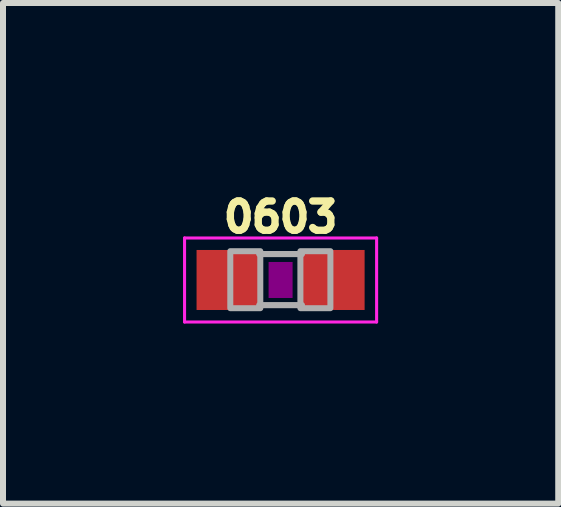
<source format=kicad_pcb>
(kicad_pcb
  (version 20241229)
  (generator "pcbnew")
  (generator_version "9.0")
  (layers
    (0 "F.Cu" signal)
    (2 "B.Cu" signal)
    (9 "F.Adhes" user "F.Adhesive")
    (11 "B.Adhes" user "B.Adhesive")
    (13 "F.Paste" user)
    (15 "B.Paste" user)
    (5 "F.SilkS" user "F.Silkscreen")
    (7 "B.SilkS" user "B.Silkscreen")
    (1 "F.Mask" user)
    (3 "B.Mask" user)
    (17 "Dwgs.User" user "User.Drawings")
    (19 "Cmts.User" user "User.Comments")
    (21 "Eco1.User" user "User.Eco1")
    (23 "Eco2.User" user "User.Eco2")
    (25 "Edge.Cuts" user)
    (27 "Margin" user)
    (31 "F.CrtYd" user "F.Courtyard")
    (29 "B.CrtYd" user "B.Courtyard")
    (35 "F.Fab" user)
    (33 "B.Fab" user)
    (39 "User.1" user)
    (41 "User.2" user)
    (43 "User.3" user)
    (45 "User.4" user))
  (footprint "0603"
    (layer "F.Cu")
    (at 1.625 1.615)
    (property "Reference" "0603" (at 0 -0.762 0) (layer "F.SilkS") (effects (font (size 0.488 0.488) (thickness 0.122)) (justify bottom)))
    (fp_poly (pts (xy -0.2 0.3) (xy 0.2 0.3) (xy 0.2 -0.3) (xy -0.2 -0.3)) (stroke (width 0) (type solid)) (fill yes) (layer "F.Adhes"))
    (fp_line (start -1.6 -0.7) (end 1.6 -0.7) (stroke (width 0.051) (type solid)) (layer "F.CrtYd"))
    (fp_line (start -1.6 0.7) (end -1.6 -0.7) (stroke (width 0.051) (type solid)) (layer "F.CrtYd"))
    (fp_line (start 1.6 -0.7) (end 1.6 0.7) (stroke (width 0.051) (type solid)) (layer "F.CrtYd"))
    (fp_line (start 1.6 0.7) (end -1.6 0.7) (stroke (width 0.051) (type solid)) (layer "F.CrtYd"))
    (fp_line (start -0.356 -0.432) (end 0.356 -0.432) (stroke (width 0.102) (type solid)) (layer "F.Fab"))
    (fp_line (start -0.356 0.419) (end 0.356 0.419) (stroke (width 0.102) (type solid)) (layer "F.Fab"))
    (fp_poly (pts (xy -0.838 0.47) (xy -0.338 0.47) (xy -0.338 -0.48) (xy -0.838 -0.48)) (stroke (width 0.1) (type solid)) (fill no) (layer "F.Fab"))
    (fp_poly (pts (xy 0.33 0.47) (xy 0.83 0.47) (xy 0.83 -0.48) (xy 0.33 -0.48)) (stroke (width 0.1) (type solid)) (fill no) (layer "F.Fab"))
    (pad "1" smd rect (at -0.85 0) (size 1.1 1) (layers "F.Cu" "F.Mask" "F.Paste"))
    (pad "2" smd rect (at 0.85 0) (size 1.1 1) (layers "F.Cu" "F.Mask" "F.Paste")))
  (gr_rect
    (start -3 -3)
    (end 6.251 5.341)
    (stroke (width 0.1) (type default))
    (fill no)
    (layer "Edge.Cuts")))
</source>
